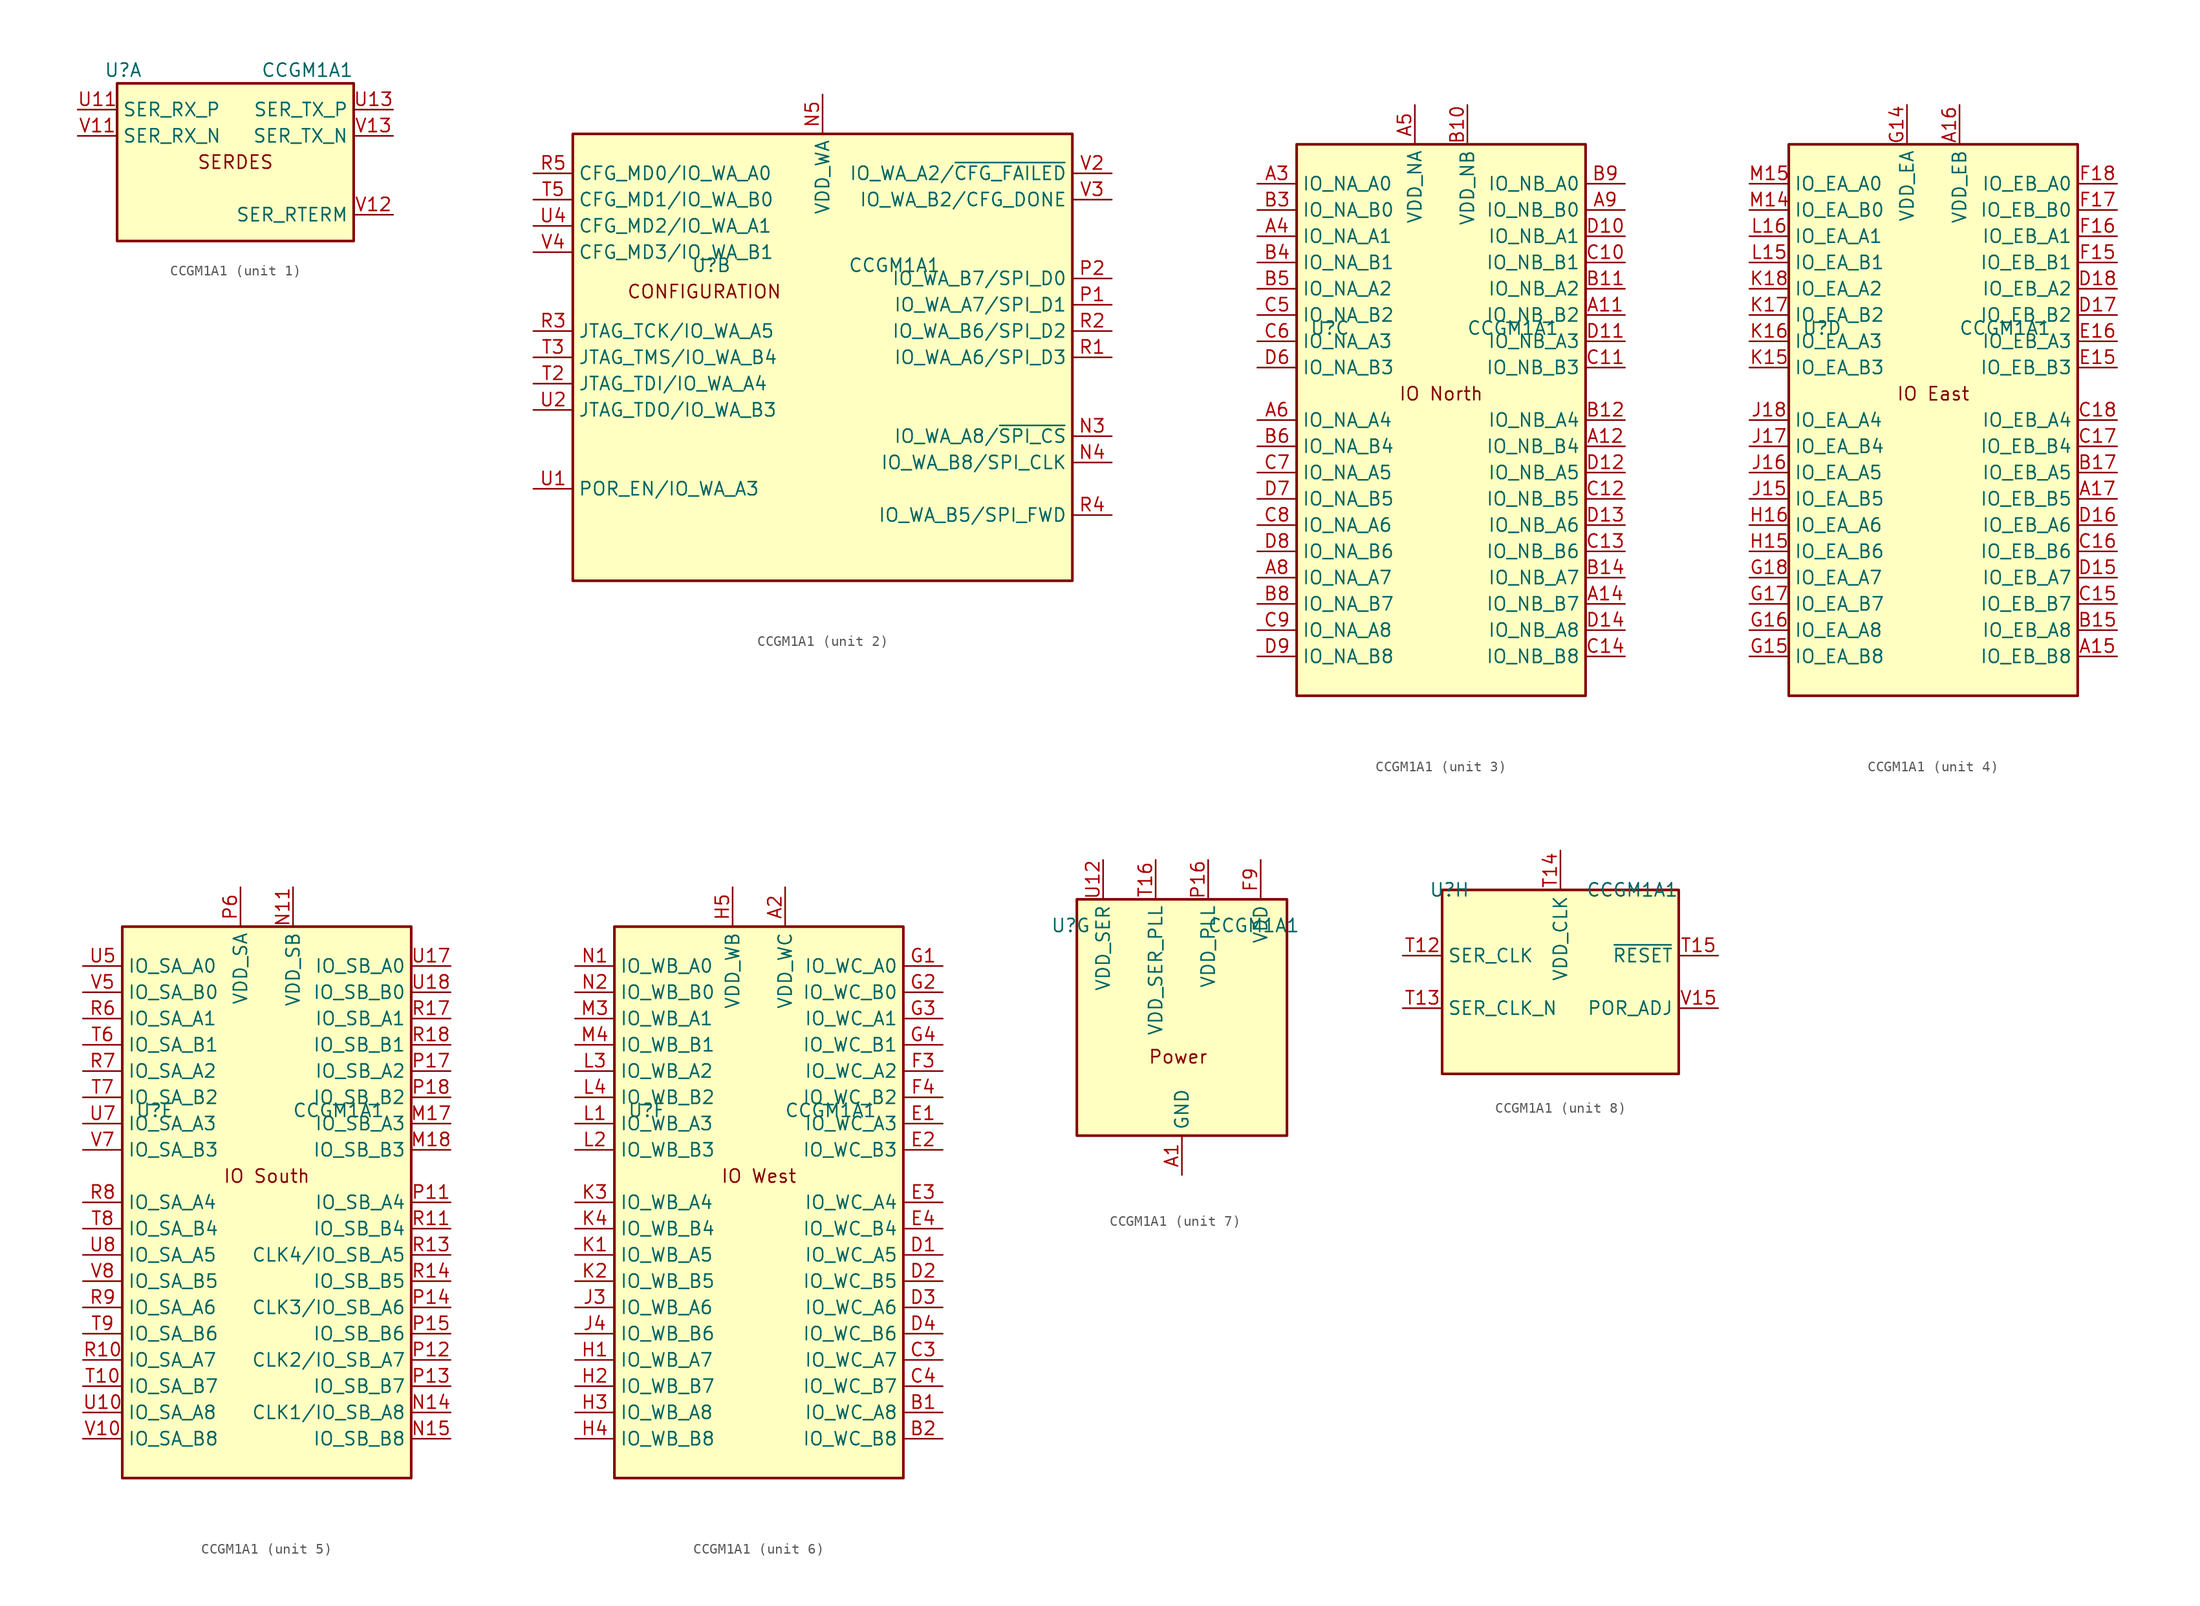
<source format=kicad_sym>
(kicad_symbol_lib
  (version 20210619)
  (generator kicad_symbol_editor)
  (symbol "FPGA_CologneChip_GateMate:CCGM1A1"
    (property "Reference" "U"
      (at -12.7 8.89 0)
      (effects (font (size 1.27 1.27)) (justify left)))
    (property "Value" "CCGM1A1"
      (at 11.43 8.89 0)
      (effects (font (size 1.27 1.27)) (justify right)))
    (property "ki_locked" ""
      (at 0 0 0)
      (effects (font (size 1.27 1.27))))
    (symbol "CCGM1A1_1_1"
      (text "SERDES" (at 0 0 0) (effects (font (size 1.27 1.27))))
      (rectangle (start -11.43 7.62) (end 11.43 -7.62) (stroke (width 0.254)) (fill (type background)))
      (pin input line (at -15.24 5.08 0) (length 3.81) (name "SER_RX_P" (effects (font (size 1.27 1.27)))) (number "U11" (effects (font (size 1.27 1.27)))))
      (pin output line (at 15.24 5.08 180) (length 3.81) (name "SER_TX_P" (effects (font (size 1.27 1.27)))) (number "U13" (effects (font (size 1.27 1.27)))))
      (pin input line (at -15.24 2.54 0) (length 3.81) (name "SER_RX_N" (effects (font (size 1.27 1.27)))) (number "V11" (effects (font (size 1.27 1.27)))))
      (pin passive line (at 15.24 -5.08 180) (length 3.81) (name "SER_RTERM" (effects (font (size 1.27 1.27)))) (number "V12" (effects (font (size 1.27 1.27)))))
      (pin output line (at 15.24 2.54 180) (length 3.81) (name "SER_TX_N" (effects (font (size 1.27 1.27)))) (number "V13" (effects (font (size 1.27 1.27))))))
    (symbol "CCGM1A1_2_1"
      (text "CONFIGURATION" (at -11.43 6.35 0) (effects (font (size 1.27 1.27))))
      (rectangle (start 24.13 21.59) (end -24.13 -21.59) (stroke (width 0.254)) (fill (type background)))
      (pin bidirectional line (at 27.94 -7.62 180) (length 3.81) (name "IO_WA_A8/~{SPI_CS}" (effects (font (size 1.27 1.27)))) (number "N3" (effects (font (size 1.27 1.27)))))
      (pin bidirectional line (at 27.94 -10.16 180) (length 3.81) (name "IO_WA_B8/SPI_CLK" (effects (font (size 1.27 1.27)))) (number "N4" (effects (font (size 1.27 1.27)))))
      (pin power_in line (at 0 25.4 270) (length 3.81) (name "VDD_WA" (effects (font (size 1.27 1.27)))) (number "N5" (effects (font (size 1.27 1.27)))))
      (pin bidirectional line (at 27.94 5.08 180) (length 3.81) (name "IO_WA_A7/SPI_D1" (effects (font (size 1.27 1.27)))) (number "P1" (effects (font (size 1.27 1.27)))))
      (pin bidirectional line (at 27.94 7.62 180) (length 3.81) (name "IO_WA_B7/SPI_D0" (effects (font (size 1.27 1.27)))) (number "P2" (effects (font (size 1.27 1.27)))))
      (pin passive line (at 0 25.4 270) (length 3.81) hide (name "VDD_WA" (effects (font (size 1.27 1.27)))) (number "P3" (effects (font (size 1.27 1.27)))))
      (pin passive line (at 0 25.4 270) (length 3.81) hide (name "VDD_WA" (effects (font (size 1.27 1.27)))) (number "P5" (effects (font (size 1.27 1.27)))))
      (pin bidirectional line (at 27.94 0 180) (length 3.81) (name "IO_WA_A6/SPI_D3" (effects (font (size 1.27 1.27)))) (number "R1" (effects (font (size 1.27 1.27)))))
      (pin bidirectional line (at 27.94 2.54 180) (length 3.81) (name "IO_WA_B6/SPI_D2" (effects (font (size 1.27 1.27)))) (number "R2" (effects (font (size 1.27 1.27)))))
      (pin bidirectional line (at -27.94 2.54 0) (length 3.81) (name "JTAG_TCK/IO_WA_A5" (effects (font (size 1.27 1.27)))) (number "R3" (effects (font (size 1.27 1.27)))))
      (pin bidirectional line (at 27.94 -15.24 180) (length 3.81) (name "IO_WA_B5/SPI_FWD" (effects (font (size 1.27 1.27)))) (number "R4" (effects (font (size 1.27 1.27)))))
      (pin bidirectional line (at -27.94 17.78 0) (length 3.81) (name "CFG_MD0/IO_WA_A0" (effects (font (size 1.27 1.27)))) (number "R5" (effects (font (size 1.27 1.27)))))
      (pin passive line (at 0 25.4 270) (length 3.81) hide (name "VDD_WA" (effects (font (size 1.27 1.27)))) (number "T1" (effects (font (size 1.27 1.27)))))
      (pin bidirectional line (at -27.94 -2.54 0) (length 3.81) (name "JTAG_TDI/IO_WA_A4" (effects (font (size 1.27 1.27)))) (number "T2" (effects (font (size 1.27 1.27)))))
      (pin bidirectional line (at -27.94 0 0) (length 3.81) (name "JTAG_TMS/IO_WA_B4" (effects (font (size 1.27 1.27)))) (number "T3" (effects (font (size 1.27 1.27)))))
      (pin bidirectional line (at -27.94 15.24 0) (length 3.81) (name "CFG_MD1/IO_WA_B0" (effects (font (size 1.27 1.27)))) (number "T5" (effects (font (size 1.27 1.27)))))
      (pin bidirectional line (at -27.94 -12.7 0) (length 3.81) (name "POR_EN/IO_WA_A3" (effects (font (size 1.27 1.27)))) (number "U1" (effects (font (size 1.27 1.27)))))
      (pin bidirectional line (at -27.94 -5.08 0) (length 3.81) (name "JTAG_TDO/IO_WA_B3" (effects (font (size 1.27 1.27)))) (number "U2" (effects (font (size 1.27 1.27)))))
      (pin passive line (at 0 25.4 270) (length 3.81) hide (name "VDD_WA" (effects (font (size 1.27 1.27)))) (number "U3" (effects (font (size 1.27 1.27)))))
      (pin bidirectional line (at -27.94 12.7 0) (length 3.81) (name "CFG_MD2/IO_WA_A1" (effects (font (size 1.27 1.27)))) (number "U4" (effects (font (size 1.27 1.27)))))
      (pin bidirectional line (at 27.94 17.78 180) (length 3.81) (name "IO_WA_A2/~{CFG_FAILED}" (effects (font (size 1.27 1.27)))) (number "V2" (effects (font (size 1.27 1.27)))))
      (pin bidirectional line (at 27.94 15.24 180) (length 3.81) (name "IO_WA_B2/CFG_DONE" (effects (font (size 1.27 1.27)))) (number "V3" (effects (font (size 1.27 1.27)))))
      (pin bidirectional line (at -27.94 10.16 0) (length 3.81) (name "CFG_MD3/IO_WA_B1" (effects (font (size 1.27 1.27)))) (number "V4" (effects (font (size 1.27 1.27))))))
    (symbol "CCGM1A1_3_1"
      (text "IO North" (at 0 2.54 0) (effects (font (size 1.27 1.27))))
      (rectangle (start -13.97 -26.67) (end 13.97 26.67) (stroke (width 0.254)) (fill (type background)))
      (pin bidirectional line (at 17.78 10.16 180) (length 3.81) (name "IO_NB_B2" (effects (font (size 1.27 1.27)))) (number "A11" (effects (font (size 1.27 1.27)))))
      (pin bidirectional line (at 17.78 -2.54 180) (length 3.81) (name "IO_NB_B4" (effects (font (size 1.27 1.27)))) (number "A12" (effects (font (size 1.27 1.27)))))
      (pin bidirectional line (at 17.78 -17.78 180) (length 3.81) (name "IO_NB_B7" (effects (font (size 1.27 1.27)))) (number "A14" (effects (font (size 1.27 1.27)))))
      (pin bidirectional line (at -17.78 22.86 0) (length 3.81) (name "IO_NA_A0" (effects (font (size 1.27 1.27)))) (number "A3" (effects (font (size 1.27 1.27)))))
      (pin bidirectional line (at -17.78 17.78 0) (length 3.81) (name "IO_NA_A1" (effects (font (size 1.27 1.27)))) (number "A4" (effects (font (size 1.27 1.27)))))
      (pin power_in line (at -2.54 30.48 270) (length 3.81) (name "VDD_NA" (effects (font (size 1.27 1.27)))) (number "A5" (effects (font (size 1.27 1.27)))))
      (pin bidirectional line (at -17.78 0 0) (length 3.81) (name "IO_NA_A4" (effects (font (size 1.27 1.27)))) (number "A6" (effects (font (size 1.27 1.27)))))
      (pin bidirectional line (at -17.78 -15.24 0) (length 3.81) (name "IO_NA_A7" (effects (font (size 1.27 1.27)))) (number "A8" (effects (font (size 1.27 1.27)))))
      (pin bidirectional line (at 17.78 20.32 180) (length 3.81) (name "IO_NB_B0" (effects (font (size 1.27 1.27)))) (number "A9" (effects (font (size 1.27 1.27)))))
      (pin power_in line (at 2.54 30.48 270) (length 3.81) (name "VDD_NB" (effects (font (size 1.27 1.27)))) (number "B10" (effects (font (size 1.27 1.27)))))
      (pin bidirectional line (at 17.78 12.7 180) (length 3.81) (name "IO_NB_A2" (effects (font (size 1.27 1.27)))) (number "B11" (effects (font (size 1.27 1.27)))))
      (pin bidirectional line (at 17.78 0 180) (length 3.81) (name "IO_NB_A4" (effects (font (size 1.27 1.27)))) (number "B12" (effects (font (size 1.27 1.27)))))
      (pin passive line (at 2.54 30.48 270) (length 3.81) hide (name "VDD_NB" (effects (font (size 1.27 1.27)))) (number "B13" (effects (font (size 1.27 1.27)))))
      (pin bidirectional line (at 17.78 -15.24 180) (length 3.81) (name "IO_NB_A7" (effects (font (size 1.27 1.27)))) (number "B14" (effects (font (size 1.27 1.27)))))
      (pin bidirectional line (at -17.78 20.32 0) (length 3.81) (name "IO_NA_B0" (effects (font (size 1.27 1.27)))) (number "B3" (effects (font (size 1.27 1.27)))))
      (pin bidirectional line (at -17.78 15.24 0) (length 3.81) (name "IO_NA_B1" (effects (font (size 1.27 1.27)))) (number "B4" (effects (font (size 1.27 1.27)))))
      (pin bidirectional line (at -17.78 12.7 0) (length 3.81) (name "IO_NA_A2" (effects (font (size 1.27 1.27)))) (number "B5" (effects (font (size 1.27 1.27)))))
      (pin bidirectional line (at -17.78 -2.54 0) (length 3.81) (name "IO_NA_B4" (effects (font (size 1.27 1.27)))) (number "B6" (effects (font (size 1.27 1.27)))))
      (pin passive line (at -2.54 30.48 270) (length 3.81) hide (name "VDD_NA" (effects (font (size 1.27 1.27)))) (number "B7" (effects (font (size 1.27 1.27)))))
      (pin bidirectional line (at -17.78 -17.78 0) (length 3.81) (name "IO_NA_B7" (effects (font (size 1.27 1.27)))) (number "B8" (effects (font (size 1.27 1.27)))))
      (pin bidirectional line (at 17.78 22.86 180) (length 3.81) (name "IO_NB_A0" (effects (font (size 1.27 1.27)))) (number "B9" (effects (font (size 1.27 1.27)))))
      (pin bidirectional line (at 17.78 15.24 180) (length 3.81) (name "IO_NB_B1" (effects (font (size 1.27 1.27)))) (number "C10" (effects (font (size 1.27 1.27)))))
      (pin bidirectional line (at 17.78 5.08 180) (length 3.81) (name "IO_NB_B3" (effects (font (size 1.27 1.27)))) (number "C11" (effects (font (size 1.27 1.27)))))
      (pin bidirectional line (at 17.78 -7.62 180) (length 3.81) (name "IO_NB_B5" (effects (font (size 1.27 1.27)))) (number "C12" (effects (font (size 1.27 1.27)))))
      (pin bidirectional line (at 17.78 -12.7 180) (length 3.81) (name "IO_NB_B6" (effects (font (size 1.27 1.27)))) (number "C13" (effects (font (size 1.27 1.27)))))
      (pin bidirectional line (at 17.78 -22.86 180) (length 3.81) (name "IO_NB_B8" (effects (font (size 1.27 1.27)))) (number "C14" (effects (font (size 1.27 1.27)))))
      (pin bidirectional line (at -17.78 10.16 0) (length 3.81) (name "IO_NA_B2" (effects (font (size 1.27 1.27)))) (number "C5" (effects (font (size 1.27 1.27)))))
      (pin bidirectional line (at -17.78 7.62 0) (length 3.81) (name "IO_NA_A3" (effects (font (size 1.27 1.27)))) (number "C6" (effects (font (size 1.27 1.27)))))
      (pin bidirectional line (at -17.78 -5.08 0) (length 3.81) (name "IO_NA_A5" (effects (font (size 1.27 1.27)))) (number "C7" (effects (font (size 1.27 1.27)))))
      (pin bidirectional line (at -17.78 -10.16 0) (length 3.81) (name "IO_NA_A6" (effects (font (size 1.27 1.27)))) (number "C8" (effects (font (size 1.27 1.27)))))
      (pin bidirectional line (at -17.78 -20.32 0) (length 3.81) (name "IO_NA_A8" (effects (font (size 1.27 1.27)))) (number "C9" (effects (font (size 1.27 1.27)))))
      (pin bidirectional line (at 17.78 17.78 180) (length 3.81) (name "IO_NB_A1" (effects (font (size 1.27 1.27)))) (number "D10" (effects (font (size 1.27 1.27)))))
      (pin bidirectional line (at 17.78 7.62 180) (length 3.81) (name "IO_NB_A3" (effects (font (size 1.27 1.27)))) (number "D11" (effects (font (size 1.27 1.27)))))
      (pin bidirectional line (at 17.78 -5.08 180) (length 3.81) (name "IO_NB_A5" (effects (font (size 1.27 1.27)))) (number "D12" (effects (font (size 1.27 1.27)))))
      (pin bidirectional line (at 17.78 -10.16 180) (length 3.81) (name "IO_NB_A6" (effects (font (size 1.27 1.27)))) (number "D13" (effects (font (size 1.27 1.27)))))
      (pin bidirectional line (at 17.78 -20.32 180) (length 3.81) (name "IO_NB_A8" (effects (font (size 1.27 1.27)))) (number "D14" (effects (font (size 1.27 1.27)))))
      (pin bidirectional line (at -17.78 5.08 0) (length 3.81) (name "IO_NA_B3" (effects (font (size 1.27 1.27)))) (number "D6" (effects (font (size 1.27 1.27)))))
      (pin bidirectional line (at -17.78 -7.62 0) (length 3.81) (name "IO_NA_B5" (effects (font (size 1.27 1.27)))) (number "D7" (effects (font (size 1.27 1.27)))))
      (pin bidirectional line (at -17.78 -12.7 0) (length 3.81) (name "IO_NA_B6" (effects (font (size 1.27 1.27)))) (number "D8" (effects (font (size 1.27 1.27)))))
      (pin bidirectional line (at -17.78 -22.86 0) (length 3.81) (name "IO_NA_B8" (effects (font (size 1.27 1.27)))) (number "D9" (effects (font (size 1.27 1.27)))))
      (pin passive line (at 2.54 30.48 270) (length 3.81) hide (name "VDD_NB" (effects (font (size 1.27 1.27)))) (number "E10" (effects (font (size 1.27 1.27)))))
      (pin passive line (at 2.54 30.48 270) (length 3.81) hide (name "VDD_NB" (effects (font (size 1.27 1.27)))) (number "E12" (effects (font (size 1.27 1.27)))))
      (pin passive line (at -2.54 30.48 270) (length 3.81) hide (name "VDD_NA" (effects (font (size 1.27 1.27)))) (number "E6" (effects (font (size 1.27 1.27)))))
      (pin passive line (at -2.54 30.48 270) (length 3.81) hide (name "VDD_NA" (effects (font (size 1.27 1.27)))) (number "E8" (effects (font (size 1.27 1.27)))))
      (pin passive line (at 2.54 30.48 270) (length 3.81) hide (name "VDD_NB" (effects (font (size 1.27 1.27)))) (number "F11" (effects (font (size 1.27 1.27)))))
      (pin passive line (at -2.54 30.48 270) (length 3.81) hide (name "VDD_NA" (effects (font (size 1.27 1.27)))) (number "F7" (effects (font (size 1.27 1.27))))))
    (symbol "CCGM1A1_4_1"
      (text "IO East" (at 0 2.54 0) (effects (font (size 1.27 1.27))))
      (rectangle (start -13.97 -26.67) (end 13.97 26.67) (stroke (width 0.254)) (fill (type background)))
      (pin bidirectional line (at 17.78 -22.86 180) (length 3.81) (name "IO_EB_B8" (effects (font (size 1.27 1.27)))) (number "A15" (effects (font (size 1.27 1.27)))))
      (pin power_in line (at 2.54 30.48 270) (length 3.81) (name "VDD_EB" (effects (font (size 1.27 1.27)))) (number "A16" (effects (font (size 1.27 1.27)))))
      (pin bidirectional line (at 17.78 -7.62 180) (length 3.81) (name "IO_EB_B5" (effects (font (size 1.27 1.27)))) (number "A17" (effects (font (size 1.27 1.27)))))
      (pin bidirectional line (at 17.78 -20.32 180) (length 3.81) (name "IO_EB_A8" (effects (font (size 1.27 1.27)))) (number "B15" (effects (font (size 1.27 1.27)))))
      (pin bidirectional line (at 17.78 -5.08 180) (length 3.81) (name "IO_EB_A5" (effects (font (size 1.27 1.27)))) (number "B17" (effects (font (size 1.27 1.27)))))
      (pin passive line (at 2.54 30.48 270) (length 3.81) hide (name "VDD_EB" (effects (font (size 1.27 1.27)))) (number "B18" (effects (font (size 1.27 1.27)))))
      (pin bidirectional line (at 17.78 -17.78 180) (length 3.81) (name "IO_EB_B7" (effects (font (size 1.27 1.27)))) (number "C15" (effects (font (size 1.27 1.27)))))
      (pin bidirectional line (at 17.78 -12.7 180) (length 3.81) (name "IO_EB_B6" (effects (font (size 1.27 1.27)))) (number "C16" (effects (font (size 1.27 1.27)))))
      (pin bidirectional line (at 17.78 -2.54 180) (length 3.81) (name "IO_EB_B4" (effects (font (size 1.27 1.27)))) (number "C17" (effects (font (size 1.27 1.27)))))
      (pin bidirectional line (at 17.78 0 180) (length 3.81) (name "IO_EB_A4" (effects (font (size 1.27 1.27)))) (number "C18" (effects (font (size 1.27 1.27)))))
      (pin bidirectional line (at 17.78 -15.24 180) (length 3.81) (name "IO_EB_A7" (effects (font (size 1.27 1.27)))) (number "D15" (effects (font (size 1.27 1.27)))))
      (pin bidirectional line (at 17.78 -10.16 180) (length 3.81) (name "IO_EB_A6" (effects (font (size 1.27 1.27)))) (number "D16" (effects (font (size 1.27 1.27)))))
      (pin bidirectional line (at 17.78 10.16 180) (length 3.81) (name "IO_EB_B2" (effects (font (size 1.27 1.27)))) (number "D17" (effects (font (size 1.27 1.27)))))
      (pin bidirectional line (at 17.78 12.7 180) (length 3.81) (name "IO_EB_A2" (effects (font (size 1.27 1.27)))) (number "D18" (effects (font (size 1.27 1.27)))))
      (pin passive line (at 2.54 30.48 270) (length 3.81) hide (name "VDD_EB" (effects (font (size 1.27 1.27)))) (number "E14" (effects (font (size 1.27 1.27)))))
      (pin bidirectional line (at 17.78 5.08 180) (length 3.81) (name "IO_EB_B3" (effects (font (size 1.27 1.27)))) (number "E15" (effects (font (size 1.27 1.27)))))
      (pin bidirectional line (at 17.78 7.62 180) (length 3.81) (name "IO_EB_A3" (effects (font (size 1.27 1.27)))) (number "E16" (effects (font (size 1.27 1.27)))))
      (pin passive line (at 2.54 30.48 270) (length 3.81) hide (name "VDD_EB" (effects (font (size 1.27 1.27)))) (number "E17" (effects (font (size 1.27 1.27)))))
      (pin passive line (at 2.54 30.48 270) (length 3.81) hide (name "VDD_EB" (effects (font (size 1.27 1.27)))) (number "F13" (effects (font (size 1.27 1.27)))))
      (pin bidirectional line (at 17.78 15.24 180) (length 3.81) (name "IO_EB_B1" (effects (font (size 1.27 1.27)))) (number "F15" (effects (font (size 1.27 1.27)))))
      (pin bidirectional line (at 17.78 17.78 180) (length 3.81) (name "IO_EB_A1" (effects (font (size 1.27 1.27)))) (number "F16" (effects (font (size 1.27 1.27)))))
      (pin bidirectional line (at 17.78 20.32 180) (length 3.81) (name "IO_EB_B0" (effects (font (size 1.27 1.27)))) (number "F17" (effects (font (size 1.27 1.27)))))
      (pin bidirectional line (at 17.78 22.86 180) (length 3.81) (name "IO_EB_A0" (effects (font (size 1.27 1.27)))) (number "F18" (effects (font (size 1.27 1.27)))))
      (pin power_in line (at -2.54 30.48 270) (length 3.81) (name "VDD_EA" (effects (font (size 1.27 1.27)))) (number "G14" (effects (font (size 1.27 1.27)))))
      (pin bidirectional line (at -17.78 -22.86 0) (length 3.81) (name "IO_EA_B8" (effects (font (size 1.27 1.27)))) (number "G15" (effects (font (size 1.27 1.27)))))
      (pin bidirectional line (at -17.78 -20.32 0) (length 3.81) (name "IO_EA_A8" (effects (font (size 1.27 1.27)))) (number "G16" (effects (font (size 1.27 1.27)))))
      (pin bidirectional line (at -17.78 -17.78 0) (length 3.81) (name "IO_EA_B7" (effects (font (size 1.27 1.27)))) (number "G17" (effects (font (size 1.27 1.27)))))
      (pin bidirectional line (at -17.78 -15.24 0) (length 3.81) (name "IO_EA_A7" (effects (font (size 1.27 1.27)))) (number "G18" (effects (font (size 1.27 1.27)))))
      (pin bidirectional line (at -17.78 -12.7 0) (length 3.81) (name "IO_EA_B6" (effects (font (size 1.27 1.27)))) (number "H15" (effects (font (size 1.27 1.27)))))
      (pin bidirectional line (at -17.78 -10.16 0) (length 3.81) (name "IO_EA_A6" (effects (font (size 1.27 1.27)))) (number "H16" (effects (font (size 1.27 1.27)))))
      (pin passive line (at -2.54 30.48 270) (length 3.81) hide (name "VDD_EA" (effects (font (size 1.27 1.27)))) (number "H17" (effects (font (size 1.27 1.27)))))
      (pin passive line (at -2.54 30.48 270) (length 3.81) hide (name "VDD_EA" (effects (font (size 1.27 1.27)))) (number "J14" (effects (font (size 1.27 1.27)))))
      (pin bidirectional line (at -17.78 -7.62 0) (length 3.81) (name "IO_EA_B5" (effects (font (size 1.27 1.27)))) (number "J15" (effects (font (size 1.27 1.27)))))
      (pin bidirectional line (at -17.78 -5.08 0) (length 3.81) (name "IO_EA_A5" (effects (font (size 1.27 1.27)))) (number "J16" (effects (font (size 1.27 1.27)))))
      (pin bidirectional line (at -17.78 -2.54 0) (length 3.81) (name "IO_EA_B4" (effects (font (size 1.27 1.27)))) (number "J17" (effects (font (size 1.27 1.27)))))
      (pin bidirectional line (at -17.78 0 0) (length 3.81) (name "IO_EA_A4" (effects (font (size 1.27 1.27)))) (number "J18" (effects (font (size 1.27 1.27)))))
      (pin bidirectional line (at -17.78 5.08 0) (length 3.81) (name "IO_EA_B3" (effects (font (size 1.27 1.27)))) (number "K15" (effects (font (size 1.27 1.27)))))
      (pin bidirectional line (at -17.78 7.62 0) (length 3.81) (name "IO_EA_A3" (effects (font (size 1.27 1.27)))) (number "K16" (effects (font (size 1.27 1.27)))))
      (pin bidirectional line (at -17.78 10.16 0) (length 3.81) (name "IO_EA_B2" (effects (font (size 1.27 1.27)))) (number "K17" (effects (font (size 1.27 1.27)))))
      (pin bidirectional line (at -17.78 12.7 0) (length 3.81) (name "IO_EA_A2" (effects (font (size 1.27 1.27)))) (number "K18" (effects (font (size 1.27 1.27)))))
      (pin passive line (at -2.54 30.48 270) (length 3.81) hide (name "VDD_EA" (effects (font (size 1.27 1.27)))) (number "L14" (effects (font (size 1.27 1.27)))))
      (pin bidirectional line (at -17.78 15.24 0) (length 3.81) (name "IO_EA_B1" (effects (font (size 1.27 1.27)))) (number "L15" (effects (font (size 1.27 1.27)))))
      (pin bidirectional line (at -17.78 17.78 0) (length 3.81) (name "IO_EA_A1" (effects (font (size 1.27 1.27)))) (number "L16" (effects (font (size 1.27 1.27)))))
      (pin passive line (at -2.54 30.48 270) (length 3.81) hide (name "VDD_EA" (effects (font (size 1.27 1.27)))) (number "L17" (effects (font (size 1.27 1.27)))))
      (pin bidirectional line (at -17.78 20.32 0) (length 3.81) (name "IO_EA_B0" (effects (font (size 1.27 1.27)))) (number "M14" (effects (font (size 1.27 1.27)))))
      (pin bidirectional line (at -17.78 22.86 0) (length 3.81) (name "IO_EA_A0" (effects (font (size 1.27 1.27)))) (number "M15" (effects (font (size 1.27 1.27))))))
    (symbol "CCGM1A1_5_1"
      (text "IO South" (at 0 2.54 0) (effects (font (size 1.27 1.27))))
      (rectangle (start -13.97 -26.67) (end 13.97 26.67) (stroke (width 0.254)) (fill (type background)))
      (pin bidirectional line (at 17.78 7.62 180) (length 3.81) (name "IO_SB_A3" (effects (font (size 1.27 1.27)))) (number "M17" (effects (font (size 1.27 1.27)))))
      (pin bidirectional line (at 17.78 5.08 180) (length 3.81) (name "IO_SB_B3" (effects (font (size 1.27 1.27)))) (number "M18" (effects (font (size 1.27 1.27)))))
      (pin power_in line (at 2.54 30.48 270) (length 3.81) (name "VDD_SB" (effects (font (size 1.27 1.27)))) (number "N11" (effects (font (size 1.27 1.27)))))
      (pin passive line (at 2.54 30.48 270) (length 3.81) hide (name "VDD_SB" (effects (font (size 1.27 1.27)))) (number "N13" (effects (font (size 1.27 1.27)))))
      (pin bidirectional line (at 17.78 -20.32 180) (length 3.81) (name "CLK1/IO_SB_A8" (effects (font (size 1.27 1.27)))) (number "N14" (effects (font (size 1.27 1.27)))))
      (pin bidirectional line (at 17.78 -22.86 180) (length 3.81) (name "IO_SB_B8" (effects (font (size 1.27 1.27)))) (number "N15" (effects (font (size 1.27 1.27)))))
      (pin passive line (at 2.54 30.48 270) (length 3.81) hide (name "VDD_SB" (effects (font (size 1.27 1.27)))) (number "N18" (effects (font (size 1.27 1.27)))))
      (pin passive line (at -2.54 30.48 270) (length 3.81) hide (name "VDD_SA" (effects (font (size 1.27 1.27)))) (number "P10" (effects (font (size 1.27 1.27)))))
      (pin bidirectional line (at 17.78 0 180) (length 3.81) (name "IO_SB_A4" (effects (font (size 1.27 1.27)))) (number "P11" (effects (font (size 1.27 1.27)))))
      (pin bidirectional line (at 17.78 -15.24 180) (length 3.81) (name "CLK2/IO_SB_A7" (effects (font (size 1.27 1.27)))) (number "P12" (effects (font (size 1.27 1.27)))))
      (pin bidirectional line (at 17.78 -17.78 180) (length 3.81) (name "IO_SB_B7" (effects (font (size 1.27 1.27)))) (number "P13" (effects (font (size 1.27 1.27)))))
      (pin bidirectional line (at 17.78 -10.16 180) (length 3.81) (name "CLK3/IO_SB_A6" (effects (font (size 1.27 1.27)))) (number "P14" (effects (font (size 1.27 1.27)))))
      (pin bidirectional line (at 17.78 -12.7 180) (length 3.81) (name "IO_SB_B6" (effects (font (size 1.27 1.27)))) (number "P15" (effects (font (size 1.27 1.27)))))
      (pin bidirectional line (at 17.78 12.7 180) (length 3.81) (name "IO_SB_A2" (effects (font (size 1.27 1.27)))) (number "P17" (effects (font (size 1.27 1.27)))))
      (pin bidirectional line (at 17.78 10.16 180) (length 3.81) (name "IO_SB_B2" (effects (font (size 1.27 1.27)))) (number "P18" (effects (font (size 1.27 1.27)))))
      (pin power_in line (at -2.54 30.48 270) (length 3.81) (name "VDD_SA" (effects (font (size 1.27 1.27)))) (number "P6" (effects (font (size 1.27 1.27)))))
      (pin passive line (at -2.54 30.48 270) (length 3.81) hide (name "VDD_SA" (effects (font (size 1.27 1.27)))) (number "P8" (effects (font (size 1.27 1.27)))))
      (pin bidirectional line (at -17.78 -15.24 0) (length 3.81) (name "IO_SA_A7" (effects (font (size 1.27 1.27)))) (number "R10" (effects (font (size 1.27 1.27)))))
      (pin bidirectional line (at 17.78 -2.54 180) (length 3.81) (name "IO_SB_B4" (effects (font (size 1.27 1.27)))) (number "R11" (effects (font (size 1.27 1.27)))))
      (pin bidirectional line (at 17.78 -5.08 180) (length 3.81) (name "CLK4/IO_SB_A5" (effects (font (size 1.27 1.27)))) (number "R13" (effects (font (size 1.27 1.27)))))
      (pin bidirectional line (at 17.78 -7.62 180) (length 3.81) (name "IO_SB_B5" (effects (font (size 1.27 1.27)))) (number "R14" (effects (font (size 1.27 1.27)))))
      (pin passive line (at 2.54 30.48 270) (length 3.81) hide (name "VDD_SB" (effects (font (size 1.27 1.27)))) (number "R15" (effects (font (size 1.27 1.27)))))
      (pin bidirectional line (at 17.78 17.78 180) (length 3.81) (name "IO_SB_A1" (effects (font (size 1.27 1.27)))) (number "R17" (effects (font (size 1.27 1.27)))))
      (pin bidirectional line (at 17.78 15.24 180) (length 3.81) (name "IO_SB_B1" (effects (font (size 1.27 1.27)))) (number "R18" (effects (font (size 1.27 1.27)))))
      (pin bidirectional line (at -17.78 17.78 0) (length 3.81) (name "IO_SA_A1" (effects (font (size 1.27 1.27)))) (number "R6" (effects (font (size 1.27 1.27)))))
      (pin bidirectional line (at -17.78 12.7 0) (length 3.81) (name "IO_SA_A2" (effects (font (size 1.27 1.27)))) (number "R7" (effects (font (size 1.27 1.27)))))
      (pin bidirectional line (at -17.78 0 0) (length 3.81) (name "IO_SA_A4" (effects (font (size 1.27 1.27)))) (number "R8" (effects (font (size 1.27 1.27)))))
      (pin bidirectional line (at -17.78 -10.16 0) (length 3.81) (name "IO_SA_A6" (effects (font (size 1.27 1.27)))) (number "R9" (effects (font (size 1.27 1.27)))))
      (pin bidirectional line (at -17.78 -17.78 0) (length 3.81) (name "IO_SA_B7" (effects (font (size 1.27 1.27)))) (number "T10" (effects (font (size 1.27 1.27)))))
      (pin passive line (at 2.54 30.48 270) (length 3.81) hide (name "VDD_SB" (effects (font (size 1.27 1.27)))) (number "T18" (effects (font (size 1.27 1.27)))))
      (pin bidirectional line (at -17.78 15.24 0) (length 3.81) (name "IO_SA_B1" (effects (font (size 1.27 1.27)))) (number "T6" (effects (font (size 1.27 1.27)))))
      (pin bidirectional line (at -17.78 10.16 0) (length 3.81) (name "IO_SA_B2" (effects (font (size 1.27 1.27)))) (number "T7" (effects (font (size 1.27 1.27)))))
      (pin bidirectional line (at -17.78 -2.54 0) (length 3.81) (name "IO_SA_B4" (effects (font (size 1.27 1.27)))) (number "T8" (effects (font (size 1.27 1.27)))))
      (pin bidirectional line (at -17.78 -12.7 0) (length 3.81) (name "IO_SA_B6" (effects (font (size 1.27 1.27)))) (number "T9" (effects (font (size 1.27 1.27)))))
      (pin bidirectional line (at -17.78 -20.32 0) (length 3.81) (name "IO_SA_A8" (effects (font (size 1.27 1.27)))) (number "U10" (effects (font (size 1.27 1.27)))))
      (pin bidirectional line (at 17.78 22.86 180) (length 3.81) (name "IO_SB_A0" (effects (font (size 1.27 1.27)))) (number "U17" (effects (font (size 1.27 1.27)))))
      (pin bidirectional line (at 17.78 20.32 180) (length 3.81) (name "IO_SB_B0" (effects (font (size 1.27 1.27)))) (number "U18" (effects (font (size 1.27 1.27)))))
      (pin bidirectional line (at -17.78 22.86 0) (length 3.81) (name "IO_SA_A0" (effects (font (size 1.27 1.27)))) (number "U5" (effects (font (size 1.27 1.27)))))
      (pin passive line (at -2.54 30.48 270) (length 3.81) hide (name "VDD_SA" (effects (font (size 1.27 1.27)))) (number "U6" (effects (font (size 1.27 1.27)))))
      (pin bidirectional line (at -17.78 7.62 0) (length 3.81) (name "IO_SA_A3" (effects (font (size 1.27 1.27)))) (number "U7" (effects (font (size 1.27 1.27)))))
      (pin bidirectional line (at -17.78 -5.08 0) (length 3.81) (name "IO_SA_A5" (effects (font (size 1.27 1.27)))) (number "U8" (effects (font (size 1.27 1.27)))))
      (pin passive line (at -2.54 30.48 270) (length 3.81) hide (name "VDD_SA" (effects (font (size 1.27 1.27)))) (number "U9" (effects (font (size 1.27 1.27)))))
      (pin bidirectional line (at -17.78 -22.86 0) (length 3.81) (name "IO_SA_B8" (effects (font (size 1.27 1.27)))) (number "V10" (effects (font (size 1.27 1.27)))))
      (pin bidirectional line (at -17.78 20.32 0) (length 3.81) (name "IO_SA_B0" (effects (font (size 1.27 1.27)))) (number "V5" (effects (font (size 1.27 1.27)))))
      (pin bidirectional line (at -17.78 5.08 0) (length 3.81) (name "IO_SA_B3" (effects (font (size 1.27 1.27)))) (number "V7" (effects (font (size 1.27 1.27)))))
      (pin bidirectional line (at -17.78 -7.62 0) (length 3.81) (name "IO_SA_B5" (effects (font (size 1.27 1.27)))) (number "V8" (effects (font (size 1.27 1.27))))))
    (symbol "CCGM1A1_6_1"
      (text "IO West" (at 0 2.54 0) (effects (font (size 1.27 1.27))))
      (rectangle (start -13.97 -26.67) (end 13.97 26.67) (stroke (width 0.254)) (fill (type background)))
      (pin power_in line (at 2.54 30.48 270) (length 3.81) (name "VDD_WC" (effects (font (size 1.27 1.27)))) (number "A2" (effects (font (size 1.27 1.27)))))
      (pin bidirectional line (at 17.78 -20.32 180) (length 3.81) (name "IO_WC_A8" (effects (font (size 1.27 1.27)))) (number "B1" (effects (font (size 1.27 1.27)))))
      (pin bidirectional line (at 17.78 -22.86 180) (length 3.81) (name "IO_WC_B8" (effects (font (size 1.27 1.27)))) (number "B2" (effects (font (size 1.27 1.27)))))
      (pin passive line (at 2.54 30.48 270) (length 3.81) hide (name "VDD_WC" (effects (font (size 1.27 1.27)))) (number "C2" (effects (font (size 1.27 1.27)))))
      (pin bidirectional line (at 17.78 -15.24 180) (length 3.81) (name "IO_WC_A7" (effects (font (size 1.27 1.27)))) (number "C3" (effects (font (size 1.27 1.27)))))
      (pin bidirectional line (at 17.78 -17.78 180) (length 3.81) (name "IO_WC_B7" (effects (font (size 1.27 1.27)))) (number "C4" (effects (font (size 1.27 1.27)))))
      (pin bidirectional line (at 17.78 -5.08 180) (length 3.81) (name "IO_WC_A5" (effects (font (size 1.27 1.27)))) (number "D1" (effects (font (size 1.27 1.27)))))
      (pin bidirectional line (at 17.78 -7.62 180) (length 3.81) (name "IO_WC_B5" (effects (font (size 1.27 1.27)))) (number "D2" (effects (font (size 1.27 1.27)))))
      (pin bidirectional line (at 17.78 -10.16 180) (length 3.81) (name "IO_WC_A6" (effects (font (size 1.27 1.27)))) (number "D3" (effects (font (size 1.27 1.27)))))
      (pin bidirectional line (at 17.78 -12.7 180) (length 3.81) (name "IO_WC_B6" (effects (font (size 1.27 1.27)))) (number "D4" (effects (font (size 1.27 1.27)))))
      (pin passive line (at 2.54 30.48 270) (length 3.81) hide (name "VDD_WC" (effects (font (size 1.27 1.27)))) (number "D5" (effects (font (size 1.27 1.27)))))
      (pin bidirectional line (at 17.78 7.62 180) (length 3.81) (name "IO_WC_A3" (effects (font (size 1.27 1.27)))) (number "E1" (effects (font (size 1.27 1.27)))))
      (pin bidirectional line (at 17.78 5.08 180) (length 3.81) (name "IO_WC_B3" (effects (font (size 1.27 1.27)))) (number "E2" (effects (font (size 1.27 1.27)))))
      (pin bidirectional line (at 17.78 0 180) (length 3.81) (name "IO_WC_A4" (effects (font (size 1.27 1.27)))) (number "E3" (effects (font (size 1.27 1.27)))))
      (pin bidirectional line (at 17.78 -2.54 180) (length 3.81) (name "IO_WC_B4" (effects (font (size 1.27 1.27)))) (number "E4" (effects (font (size 1.27 1.27)))))
      (pin passive line (at 2.54 30.48 270) (length 3.81) hide (name "VDD_WC" (effects (font (size 1.27 1.27)))) (number "F2" (effects (font (size 1.27 1.27)))))
      (pin bidirectional line (at 17.78 12.7 180) (length 3.81) (name "IO_WC_A2" (effects (font (size 1.27 1.27)))) (number "F3" (effects (font (size 1.27 1.27)))))
      (pin bidirectional line (at 17.78 10.16 180) (length 3.81) (name "IO_WC_B2" (effects (font (size 1.27 1.27)))) (number "F4" (effects (font (size 1.27 1.27)))))
      (pin passive line (at 2.54 30.48 270) (length 3.81) hide (name "VDD_WC" (effects (font (size 1.27 1.27)))) (number "F5" (effects (font (size 1.27 1.27)))))
      (pin bidirectional line (at 17.78 22.86 180) (length 3.81) (name "IO_WC_A0" (effects (font (size 1.27 1.27)))) (number "G1" (effects (font (size 1.27 1.27)))))
      (pin bidirectional line (at 17.78 20.32 180) (length 3.81) (name "IO_WC_B0" (effects (font (size 1.27 1.27)))) (number "G2" (effects (font (size 1.27 1.27)))))
      (pin bidirectional line (at 17.78 17.78 180) (length 3.81) (name "IO_WC_A1" (effects (font (size 1.27 1.27)))) (number "G3" (effects (font (size 1.27 1.27)))))
      (pin bidirectional line (at 17.78 15.24 180) (length 3.81) (name "IO_WC_B1" (effects (font (size 1.27 1.27)))) (number "G4" (effects (font (size 1.27 1.27)))))
      (pin bidirectional line (at -17.78 -15.24 0) (length 3.81) (name "IO_WB_A7" (effects (font (size 1.27 1.27)))) (number "H1" (effects (font (size 1.27 1.27)))))
      (pin bidirectional line (at -17.78 -17.78 0) (length 3.81) (name "IO_WB_B7" (effects (font (size 1.27 1.27)))) (number "H2" (effects (font (size 1.27 1.27)))))
      (pin bidirectional line (at -17.78 -20.32 0) (length 3.81) (name "IO_WB_A8" (effects (font (size 1.27 1.27)))) (number "H3" (effects (font (size 1.27 1.27)))))
      (pin bidirectional line (at -17.78 -22.86 0) (length 3.81) (name "IO_WB_B8" (effects (font (size 1.27 1.27)))) (number "H4" (effects (font (size 1.27 1.27)))))
      (pin power_in line (at -2.54 30.48 270) (length 3.81) (name "VDD_WB" (effects (font (size 1.27 1.27)))) (number "H5" (effects (font (size 1.27 1.27)))))
      (pin passive line (at -2.54 30.48 270) (length 3.81) hide (name "VDD_WB" (effects (font (size 1.27 1.27)))) (number "J2" (effects (font (size 1.27 1.27)))))
      (pin bidirectional line (at -17.78 -10.16 0) (length 3.81) (name "IO_WB_A6" (effects (font (size 1.27 1.27)))) (number "J3" (effects (font (size 1.27 1.27)))))
      (pin bidirectional line (at -17.78 -12.7 0) (length 3.81) (name "IO_WB_B6" (effects (font (size 1.27 1.27)))) (number "J4" (effects (font (size 1.27 1.27)))))
      (pin bidirectional line (at -17.78 -5.08 0) (length 3.81) (name "IO_WB_A5" (effects (font (size 1.27 1.27)))) (number "K1" (effects (font (size 1.27 1.27)))))
      (pin bidirectional line (at -17.78 -7.62 0) (length 3.81) (name "IO_WB_B5" (effects (font (size 1.27 1.27)))) (number "K2" (effects (font (size 1.27 1.27)))))
      (pin bidirectional line (at -17.78 0 0) (length 3.81) (name "IO_WB_A4" (effects (font (size 1.27 1.27)))) (number "K3" (effects (font (size 1.27 1.27)))))
      (pin bidirectional line (at -17.78 -2.54 0) (length 3.81) (name "IO_WB_B4" (effects (font (size 1.27 1.27)))) (number "K4" (effects (font (size 1.27 1.27)))))
      (pin passive line (at -2.54 30.48 270) (length 3.81) hide (name "VDD_WB" (effects (font (size 1.27 1.27)))) (number "K5" (effects (font (size 1.27 1.27)))))
      (pin bidirectional line (at -17.78 7.62 0) (length 3.81) (name "IO_WB_A3" (effects (font (size 1.27 1.27)))) (number "L1" (effects (font (size 1.27 1.27)))))
      (pin bidirectional line (at -17.78 5.08 0) (length 3.81) (name "IO_WB_B3" (effects (font (size 1.27 1.27)))) (number "L2" (effects (font (size 1.27 1.27)))))
      (pin bidirectional line (at -17.78 12.7 0) (length 3.81) (name "IO_WB_A2" (effects (font (size 1.27 1.27)))) (number "L3" (effects (font (size 1.27 1.27)))))
      (pin bidirectional line (at -17.78 10.16 0) (length 3.81) (name "IO_WB_B2" (effects (font (size 1.27 1.27)))) (number "L4" (effects (font (size 1.27 1.27)))))
      (pin passive line (at -2.54 30.48 270) (length 3.81) hide (name "VDD_WB" (effects (font (size 1.27 1.27)))) (number "M2" (effects (font (size 1.27 1.27)))))
      (pin bidirectional line (at -17.78 17.78 0) (length 3.81) (name "IO_WB_A1" (effects (font (size 1.27 1.27)))) (number "M3" (effects (font (size 1.27 1.27)))))
      (pin bidirectional line (at -17.78 15.24 0) (length 3.81) (name "IO_WB_B1" (effects (font (size 1.27 1.27)))) (number "M4" (effects (font (size 1.27 1.27)))))
      (pin passive line (at -2.54 30.48 270) (length 3.81) hide (name "VDD_WB" (effects (font (size 1.27 1.27)))) (number "M5" (effects (font (size 1.27 1.27)))))
      (pin bidirectional line (at -17.78 22.86 0) (length 3.81) (name "IO_WB_A0" (effects (font (size 1.27 1.27)))) (number "N1" (effects (font (size 1.27 1.27)))))
      (pin bidirectional line (at -17.78 20.32 0) (length 3.81) (name "IO_WB_B0" (effects (font (size 1.27 1.27)))) (number "N2" (effects (font (size 1.27 1.27))))))
    (symbol "CCGM1A1_7_1"
      (text "Power" (at 2.54 -3.81 0) (effects (font (size 1.27 1.27)) (justify right)))
      (rectangle (start -10.16 11.43) (end 10.16 -11.43) (stroke (width 0.254)) (fill (type background)))
      (pin power_in line (at 0 -15.24 90) (length 3.81) (name "GND" (effects (font (size 1.27 1.27)))) (number "A1" (effects (font (size 1.27 1.27)))))
      (pin passive line (at 0 -15.24 90) (length 3.81) hide (name "GND" (effects (font (size 1.27 1.27)))) (number "A10" (effects (font (size 1.27 1.27)))))
      (pin passive line (at 0 -15.24 90) (length 3.81) hide (name "GND" (effects (font (size 1.27 1.27)))) (number "A13" (effects (font (size 1.27 1.27)))))
      (pin passive line (at 0 -15.24 90) (length 3.81) hide (name "GND" (effects (font (size 1.27 1.27)))) (number "A18" (effects (font (size 1.27 1.27)))))
      (pin passive line (at 0 -15.24 90) (length 3.81) hide (name "GND" (effects (font (size 1.27 1.27)))) (number "A7" (effects (font (size 1.27 1.27)))))
      (pin passive line (at 0 -15.24 90) (length 3.81) hide (name "GND" (effects (font (size 1.27 1.27)))) (number "B16" (effects (font (size 1.27 1.27)))))
      (pin passive line (at 0 -15.24 90) (length 3.81) hide (name "GND" (effects (font (size 1.27 1.27)))) (number "C1" (effects (font (size 1.27 1.27)))))
      (pin passive line (at 0 -15.24 90) (length 3.81) hide (name "GND" (effects (font (size 1.27 1.27)))) (number "E11" (effects (font (size 1.27 1.27)))))
      (pin passive line (at 0 -15.24 90) (length 3.81) hide (name "GND" (effects (font (size 1.27 1.27)))) (number "E13" (effects (font (size 1.27 1.27)))))
      (pin passive line (at 0 -15.24 90) (length 3.81) hide (name "GND" (effects (font (size 1.27 1.27)))) (number "E18" (effects (font (size 1.27 1.27)))))
      (pin passive line (at 0 -15.24 90) (length 3.81) hide (name "GND" (effects (font (size 1.27 1.27)))) (number "E5" (effects (font (size 1.27 1.27)))))
      (pin passive line (at 0 -15.24 90) (length 3.81) hide (name "GND" (effects (font (size 1.27 1.27)))) (number "E7" (effects (font (size 1.27 1.27)))))
      (pin passive line (at 0 -15.24 90) (length 3.81) hide (name "GND" (effects (font (size 1.27 1.27)))) (number "E9" (effects (font (size 1.27 1.27)))))
      (pin passive line (at 0 -15.24 90) (length 3.81) hide (name "GND" (effects (font (size 1.27 1.27)))) (number "F1" (effects (font (size 1.27 1.27)))))
      (pin passive line (at 0 -15.24 90) (length 3.81) hide (name "GND" (effects (font (size 1.27 1.27)))) (number "F10" (effects (font (size 1.27 1.27)))))
      (pin passive line (at 0 -15.24 90) (length 3.81) hide (name "GND" (effects (font (size 1.27 1.27)))) (number "F12" (effects (font (size 1.27 1.27)))))
      (pin passive line (at 0 -15.24 90) (length 3.81) hide (name "GND" (effects (font (size 1.27 1.27)))) (number "F14" (effects (font (size 1.27 1.27)))))
      (pin passive line (at 0 -15.24 90) (length 3.81) hide (name "GND" (effects (font (size 1.27 1.27)))) (number "F6" (effects (font (size 1.27 1.27)))))
      (pin passive line (at 0 -15.24 90) (length 3.81) hide (name "GND" (effects (font (size 1.27 1.27)))) (number "F8" (effects (font (size 1.27 1.27)))))
      (pin power_in line (at 7.62 15.24 270) (length 3.81) (name "VDD" (effects (font (size 1.27 1.27)))) (number "F9" (effects (font (size 1.27 1.27)))))
      (pin passive line (at 7.62 15.24 270) (length 3.81) hide (name "VDD" (effects (font (size 1.27 1.27)))) (number "G10" (effects (font (size 1.27 1.27)))))
      (pin passive line (at 0 -15.24 90) (length 3.81) hide (name "GND" (effects (font (size 1.27 1.27)))) (number "G11" (effects (font (size 1.27 1.27)))))
      (pin passive line (at 7.62 15.24 270) (length 3.81) hide (name "VDD" (effects (font (size 1.27 1.27)))) (number "G12" (effects (font (size 1.27 1.27)))))
      (pin passive line (at 0 -15.24 90) (length 3.81) hide (name "GND" (effects (font (size 1.27 1.27)))) (number "G13" (effects (font (size 1.27 1.27)))))
      (pin passive line (at 0 -15.24 90) (length 3.81) hide (name "GND" (effects (font (size 1.27 1.27)))) (number "G5" (effects (font (size 1.27 1.27)))))
      (pin passive line (at 7.62 15.24 270) (length 3.81) hide (name "VDD" (effects (font (size 1.27 1.27)))) (number "G6" (effects (font (size 1.27 1.27)))))
      (pin passive line (at 0 -15.24 90) (length 3.81) hide (name "GND" (effects (font (size 1.27 1.27)))) (number "G7" (effects (font (size 1.27 1.27)))))
      (pin passive line (at 7.62 15.24 270) (length 3.81) hide (name "VDD" (effects (font (size 1.27 1.27)))) (number "G8" (effects (font (size 1.27 1.27)))))
      (pin passive line (at 0 -15.24 90) (length 3.81) hide (name "GND" (effects (font (size 1.27 1.27)))) (number "G9" (effects (font (size 1.27 1.27)))))
      (pin passive line (at 0 -15.24 90) (length 3.81) hide (name "GND" (effects (font (size 1.27 1.27)))) (number "H10" (effects (font (size 1.27 1.27)))))
      (pin passive line (at 7.62 15.24 270) (length 3.81) hide (name "VDD" (effects (font (size 1.27 1.27)))) (number "H11" (effects (font (size 1.27 1.27)))))
      (pin passive line (at 0 -15.24 90) (length 3.81) hide (name "GND" (effects (font (size 1.27 1.27)))) (number "H12" (effects (font (size 1.27 1.27)))))
      (pin passive line (at 7.62 15.24 270) (length 3.81) hide (name "VDD" (effects (font (size 1.27 1.27)))) (number "H13" (effects (font (size 1.27 1.27)))))
      (pin passive line (at 0 -15.24 90) (length 3.81) hide (name "GND" (effects (font (size 1.27 1.27)))) (number "H14" (effects (font (size 1.27 1.27)))))
      (pin passive line (at 0 -15.24 90) (length 3.81) hide (name "GND" (effects (font (size 1.27 1.27)))) (number "H18" (effects (font (size 1.27 1.27)))))
      (pin passive line (at 0 -15.24 90) (length 3.81) hide (name "GND" (effects (font (size 1.27 1.27)))) (number "H6" (effects (font (size 1.27 1.27)))))
      (pin passive line (at 7.62 15.24 270) (length 3.81) hide (name "VDD" (effects (font (size 1.27 1.27)))) (number "H7" (effects (font (size 1.27 1.27)))))
      (pin passive line (at 0 -15.24 90) (length 3.81) hide (name "GND" (effects (font (size 1.27 1.27)))) (number "H8" (effects (font (size 1.27 1.27)))))
      (pin passive line (at 7.62 15.24 270) (length 3.81) hide (name "VDD" (effects (font (size 1.27 1.27)))) (number "H9" (effects (font (size 1.27 1.27)))))
      (pin passive line (at 0 -15.24 90) (length 3.81) hide (name "GND" (effects (font (size 1.27 1.27)))) (number "J1" (effects (font (size 1.27 1.27)))))
      (pin passive line (at 7.62 15.24 270) (length 3.81) hide (name "VDD" (effects (font (size 1.27 1.27)))) (number "J10" (effects (font (size 1.27 1.27)))))
      (pin passive line (at 0 -15.24 90) (length 3.81) hide (name "GND" (effects (font (size 1.27 1.27)))) (number "J11" (effects (font (size 1.27 1.27)))))
      (pin passive line (at 7.62 15.24 270) (length 3.81) hide (name "VDD" (effects (font (size 1.27 1.27)))) (number "J12" (effects (font (size 1.27 1.27)))))
      (pin passive line (at 0 -15.24 90) (length 3.81) hide (name "GND" (effects (font (size 1.27 1.27)))) (number "J13" (effects (font (size 1.27 1.27)))))
      (pin passive line (at 0 -15.24 90) (length 3.81) hide (name "GND" (effects (font (size 1.27 1.27)))) (number "J5" (effects (font (size 1.27 1.27)))))
      (pin passive line (at 7.62 15.24 270) (length 3.81) hide (name "VDD" (effects (font (size 1.27 1.27)))) (number "J6" (effects (font (size 1.27 1.27)))))
      (pin passive line (at 0 -15.24 90) (length 3.81) hide (name "GND" (effects (font (size 1.27 1.27)))) (number "J7" (effects (font (size 1.27 1.27)))))
      (pin passive line (at 7.62 15.24 270) (length 3.81) hide (name "VDD" (effects (font (size 1.27 1.27)))) (number "J8" (effects (font (size 1.27 1.27)))))
      (pin passive line (at 0 -15.24 90) (length 3.81) hide (name "GND" (effects (font (size 1.27 1.27)))) (number "J9" (effects (font (size 1.27 1.27)))))
      (pin passive line (at 0 -15.24 90) (length 3.81) hide (name "GND" (effects (font (size 1.27 1.27)))) (number "K10" (effects (font (size 1.27 1.27)))))
      (pin passive line (at 7.62 15.24 270) (length 3.81) hide (name "VDD" (effects (font (size 1.27 1.27)))) (number "K11" (effects (font (size 1.27 1.27)))))
      (pin passive line (at 0 -15.24 90) (length 3.81) hide (name "GND" (effects (font (size 1.27 1.27)))) (number "K12" (effects (font (size 1.27 1.27)))))
      (pin passive line (at 7.62 15.24 270) (length 3.81) hide (name "VDD" (effects (font (size 1.27 1.27)))) (number "K13" (effects (font (size 1.27 1.27)))))
      (pin passive line (at 0 -15.24 90) (length 3.81) hide (name "GND" (effects (font (size 1.27 1.27)))) (number "K14" (effects (font (size 1.27 1.27)))))
      (pin passive line (at 0 -15.24 90) (length 3.81) hide (name "GND" (effects (font (size 1.27 1.27)))) (number "K6" (effects (font (size 1.27 1.27)))))
      (pin passive line (at 7.62 15.24 270) (length 3.81) hide (name "VDD" (effects (font (size 1.27 1.27)))) (number "K7" (effects (font (size 1.27 1.27)))))
      (pin passive line (at 0 -15.24 90) (length 3.81) hide (name "GND" (effects (font (size 1.27 1.27)))) (number "K8" (effects (font (size 1.27 1.27)))))
      (pin passive line (at 7.62 15.24 270) (length 3.81) hide (name "VDD" (effects (font (size 1.27 1.27)))) (number "K9" (effects (font (size 1.27 1.27)))))
      (pin passive line (at 7.62 15.24 270) (length 3.81) hide (name "VDD" (effects (font (size 1.27 1.27)))) (number "L10" (effects (font (size 1.27 1.27)))))
      (pin passive line (at 0 -15.24 90) (length 3.81) hide (name "GND" (effects (font (size 1.27 1.27)))) (number "L11" (effects (font (size 1.27 1.27)))))
      (pin passive line (at 7.62 15.24 270) (length 3.81) hide (name "VDD" (effects (font (size 1.27 1.27)))) (number "L12" (effects (font (size 1.27 1.27)))))
      (pin passive line (at 0 -15.24 90) (length 3.81) hide (name "GND" (effects (font (size 1.27 1.27)))) (number "L13" (effects (font (size 1.27 1.27)))))
      (pin passive line (at 0 -15.24 90) (length 3.81) hide (name "GND" (effects (font (size 1.27 1.27)))) (number "L18" (effects (font (size 1.27 1.27)))))
      (pin passive line (at 0 -15.24 90) (length 3.81) hide (name "GND" (effects (font (size 1.27 1.27)))) (number "L5" (effects (font (size 1.27 1.27)))))
      (pin passive line (at 7.62 15.24 270) (length 3.81) hide (name "VDD" (effects (font (size 1.27 1.27)))) (number "L6" (effects (font (size 1.27 1.27)))))
      (pin passive line (at 0 -15.24 90) (length 3.81) hide (name "GND" (effects (font (size 1.27 1.27)))) (number "L7" (effects (font (size 1.27 1.27)))))
      (pin passive line (at 7.62 15.24 270) (length 3.81) hide (name "VDD" (effects (font (size 1.27 1.27)))) (number "L8" (effects (font (size 1.27 1.27)))))
      (pin passive line (at 0 -15.24 90) (length 3.81) hide (name "GND" (effects (font (size 1.27 1.27)))) (number "L9" (effects (font (size 1.27 1.27)))))
      (pin passive line (at 0 -15.24 90) (length 3.81) hide (name "GND" (effects (font (size 1.27 1.27)))) (number "M1" (effects (font (size 1.27 1.27)))))
      (pin passive line (at 0 -15.24 90) (length 3.81) hide (name "GND" (effects (font (size 1.27 1.27)))) (number "M10" (effects (font (size 1.27 1.27)))))
      (pin passive line (at 7.62 15.24 270) (length 3.81) hide (name "VDD" (effects (font (size 1.27 1.27)))) (number "M11" (effects (font (size 1.27 1.27)))))
      (pin passive line (at 0 -15.24 90) (length 3.81) hide (name "GND" (effects (font (size 1.27 1.27)))) (number "M12" (effects (font (size 1.27 1.27)))))
      (pin passive line (at 7.62 15.24 270) (length 3.81) hide (name "VDD" (effects (font (size 1.27 1.27)))) (number "M13" (effects (font (size 1.27 1.27)))))
      (pin passive line (at 0 -15.24 90) (length 3.81) hide (name "GND" (effects (font (size 1.27 1.27)))) (number "M16" (effects (font (size 1.27 1.27)))))
      (pin passive line (at 0 -15.24 90) (length 3.81) hide (name "GND" (effects (font (size 1.27 1.27)))) (number "M6" (effects (font (size 1.27 1.27)))))
      (pin passive line (at 7.62 15.24 270) (length 3.81) hide (name "VDD" (effects (font (size 1.27 1.27)))) (number "M7" (effects (font (size 1.27 1.27)))))
      (pin passive line (at 0 -15.24 90) (length 3.81) hide (name "GND" (effects (font (size 1.27 1.27)))) (number "M8" (effects (font (size 1.27 1.27)))))
      (pin passive line (at 7.62 15.24 270) (length 3.81) hide (name "VDD" (effects (font (size 1.27 1.27)))) (number "M9" (effects (font (size 1.27 1.27)))))
      (pin passive line (at 7.62 15.24 270) (length 3.81) hide (name "VDD" (effects (font (size 1.27 1.27)))) (number "N10" (effects (font (size 1.27 1.27)))))
      (pin passive line (at 0 -15.24 90) (length 3.81) hide (name "GND" (effects (font (size 1.27 1.27)))) (number "N12" (effects (font (size 1.27 1.27)))))
      (pin no_connect line (at 10.16 -7.62 180) (length 3.81) hide (name "NC" (effects (font (size 1.27 1.27)))) (number "N16" (effects (font (size 1.27 1.27)))))
      (pin passive line (at 0 -15.24 90) (length 3.81) hide (name "GND" (effects (font (size 1.27 1.27)))) (number "N17" (effects (font (size 1.27 1.27)))))
      (pin passive line (at 7.62 15.24 270) (length 3.81) hide (name "VDD" (effects (font (size 1.27 1.27)))) (number "N6" (effects (font (size 1.27 1.27)))))
      (pin passive line (at 0 -15.24 90) (length 3.81) hide (name "GND" (effects (font (size 1.27 1.27)))) (number "N7" (effects (font (size 1.27 1.27)))))
      (pin passive line (at 7.62 15.24 270) (length 3.81) hide (name "VDD" (effects (font (size 1.27 1.27)))) (number "N8" (effects (font (size 1.27 1.27)))))
      (pin passive line (at 0 -15.24 90) (length 3.81) hide (name "GND" (effects (font (size 1.27 1.27)))) (number "N9" (effects (font (size 1.27 1.27)))))
      (pin power_in line (at 2.54 15.24 270) (length 3.81) (name "VDD_PLL" (effects (font (size 1.27 1.27)))) (number "P16" (effects (font (size 1.27 1.27)))))
      (pin passive line (at 0 -15.24 90) (length 3.81) hide (name "GND" (effects (font (size 1.27 1.27)))) (number "P4" (effects (font (size 1.27 1.27)))))
      (pin passive line (at 0 -15.24 90) (length 3.81) hide (name "GND" (effects (font (size 1.27 1.27)))) (number "P7" (effects (font (size 1.27 1.27)))))
      (pin passive line (at 0 -15.24 90) (length 3.81) hide (name "GND" (effects (font (size 1.27 1.27)))) (number "P9" (effects (font (size 1.27 1.27)))))
      (pin passive line (at 0 -15.24 90) (length 3.81) hide (name "GND" (effects (font (size 1.27 1.27)))) (number "R12" (effects (font (size 1.27 1.27)))))
      (pin passive line (at 0 -15.24 90) (length 3.81) hide (name "GND" (effects (font (size 1.27 1.27)))) (number "R16" (effects (font (size 1.27 1.27)))))
      (pin passive line (at 0 -15.24 90) (length 3.81) hide (name "GND" (effects (font (size 1.27 1.27)))) (number "T11" (effects (font (size 1.27 1.27)))))
      (pin power_in line (at -2.54 15.24 270) (length 3.81) (name "VDD_SER_PLL" (effects (font (size 1.27 1.27)))) (number "T16" (effects (font (size 1.27 1.27)))))
      (pin passive line (at 0 -15.24 90) (length 3.81) hide (name "GND" (effects (font (size 1.27 1.27)))) (number "T17" (effects (font (size 1.27 1.27)))))
      (pin passive line (at 0 -15.24 90) (length 3.81) hide (name "GND" (effects (font (size 1.27 1.27)))) (number "T4" (effects (font (size 1.27 1.27)))))
      (pin power_in line (at -7.62 15.24 270) (length 3.81) (name "VDD_SER" (effects (font (size 1.27 1.27)))) (number "U12" (effects (font (size 1.27 1.27)))))
      (pin passive line (at 0 -15.24 90) (length 3.81) hide (name "GND" (effects (font (size 1.27 1.27)))) (number "U14" (effects (font (size 1.27 1.27)))))
      (pin passive line (at 0 -15.24 90) (length 3.81) hide (name "GND" (effects (font (size 1.27 1.27)))) (number "U15" (effects (font (size 1.27 1.27)))))
      (pin passive line (at 0 -15.24 90) (length 3.81) hide (name "GND" (effects (font (size 1.27 1.27)))) (number "U16" (effects (font (size 1.27 1.27)))))
      (pin passive line (at 0 -15.24 90) (length 3.81) hide (name "GND" (effects (font (size 1.27 1.27)))) (number "V1" (effects (font (size 1.27 1.27)))))
      (pin passive line (at 0 -15.24 90) (length 3.81) hide (name "GND" (effects (font (size 1.27 1.27)))) (number "V14" (effects (font (size 1.27 1.27)))))
      (pin passive line (at 0 -15.24 90) (length 3.81) hide (name "GND" (effects (font (size 1.27 1.27)))) (number "V16" (effects (font (size 1.27 1.27)))))
      (pin passive line (at -7.62 15.24 270) (length 3.81) hide (name "VDD_SER" (effects (font (size 1.27 1.27)))) (number "V17" (effects (font (size 1.27 1.27)))))
      (pin passive line (at 0 -15.24 90) (length 3.81) hide (name "GND" (effects (font (size 1.27 1.27)))) (number "V18" (effects (font (size 1.27 1.27)))))
      (pin passive line (at 0 -15.24 90) (length 3.81) hide (name "GND" (effects (font (size 1.27 1.27)))) (number "V6" (effects (font (size 1.27 1.27)))))
      (pin passive line (at 0 -15.24 90) (length 3.81) hide (name "GND" (effects (font (size 1.27 1.27)))) (number "V9" (effects (font (size 1.27 1.27))))))
    (symbol "CCGM1A1_8_1"
      (rectangle (start -11.43 8.89) (end 11.43 -8.89) (stroke (width 0.254)) (fill (type background)))
      (pin input line (at -15.24 2.54 0) (length 3.81) (name "SER_CLK" (effects (font (size 1.27 1.27)))) (number "T12" (effects (font (size 1.27 1.27)))))
      (pin input line (at -15.24 -2.54 0) (length 3.81) (name "SER_CLK_N" (effects (font (size 1.27 1.27)))) (number "T13" (effects (font (size 1.27 1.27)))))
      (pin power_in line (at 0 12.7 270) (length 3.81) (name "VDD_CLK" (effects (font (size 1.27 1.27)))) (number "T14" (effects (font (size 1.27 1.27)))))
      (pin input line (at 15.24 2.54 180) (length 3.81) (name "~{RESET}" (effects (font (size 1.27 1.27)))) (number "T15" (effects (font (size 1.27 1.27)))))
      (pin passive line (at 15.24 -2.54 180) (length 3.81) (name "POR_ADJ" (effects (font (size 1.27 1.27)))) (number "V15" (effects (font (size 1.27 1.27))))))))
</source>
